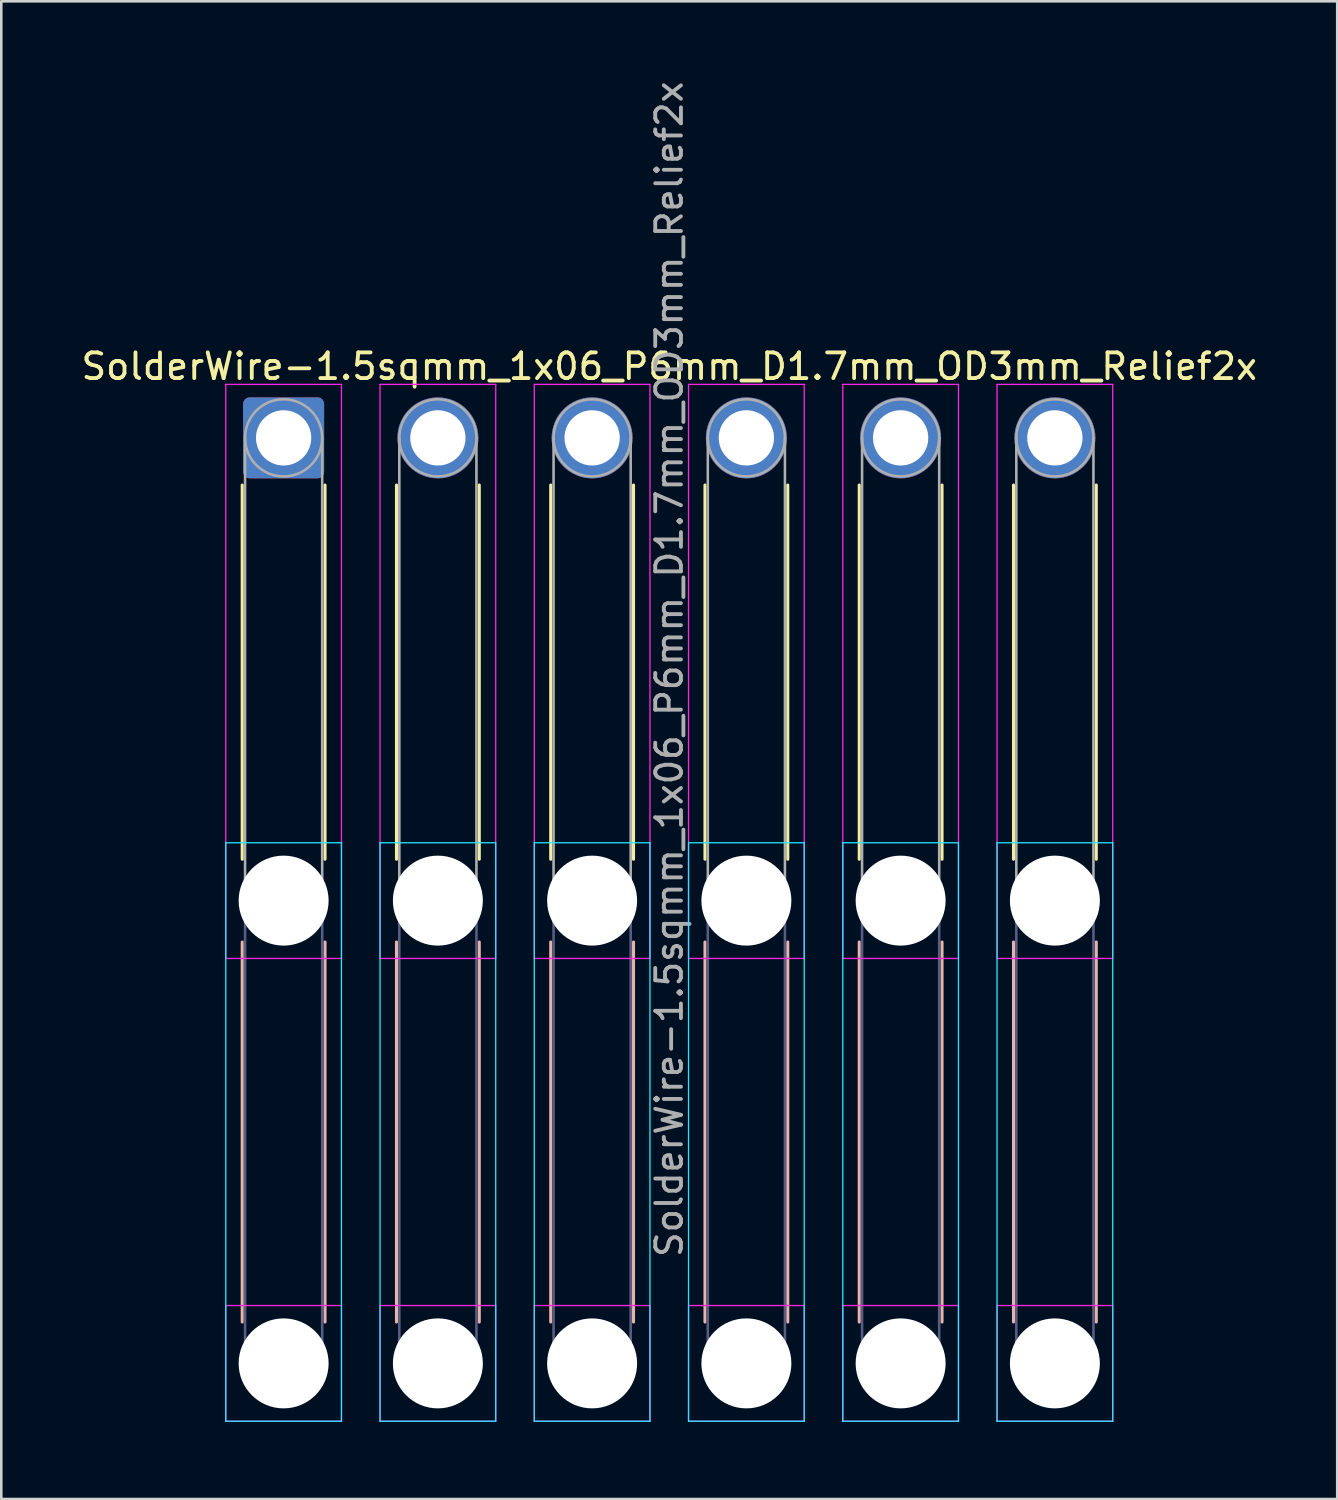
<source format=kicad_pcb>
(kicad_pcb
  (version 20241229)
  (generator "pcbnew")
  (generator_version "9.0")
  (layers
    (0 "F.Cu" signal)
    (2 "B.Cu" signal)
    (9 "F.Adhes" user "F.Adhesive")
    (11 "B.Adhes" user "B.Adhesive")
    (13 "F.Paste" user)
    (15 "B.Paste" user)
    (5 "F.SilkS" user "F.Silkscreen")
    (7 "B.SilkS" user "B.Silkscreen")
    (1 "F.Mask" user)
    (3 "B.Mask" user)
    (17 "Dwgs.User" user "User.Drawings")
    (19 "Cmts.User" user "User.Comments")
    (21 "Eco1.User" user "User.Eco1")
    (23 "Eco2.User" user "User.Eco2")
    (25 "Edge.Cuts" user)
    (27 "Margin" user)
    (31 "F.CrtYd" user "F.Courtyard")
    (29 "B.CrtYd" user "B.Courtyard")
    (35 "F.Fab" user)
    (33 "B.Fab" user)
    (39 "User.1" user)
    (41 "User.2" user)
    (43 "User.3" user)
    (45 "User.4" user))
  (footprint "SolderWire-1.5sqmm_1x06_P6mm_D1.7mm_OD3mm_Relief2x"
    (layer "F.Cu")
    (at 7.982 13.982)
    (property "Reference" "SolderWire-1.5sqmm_1x06_P6mm_D1.7mm_OD3mm_Relief2x" (at 15 -2.78 0) (layer "F.SilkS") (effects (font (size 1 1) (thickness 0.15))))
    (attr exclude_from_pos_files exclude_from_bom)
    (fp_line (start -1.61 1.835) (end -1.61 16.39) (stroke (width 0.12) (type solid)) (layer "F.SilkS"))
    (fp_line (start 1.61 1.835) (end 1.61 16.39) (stroke (width 0.12) (type solid)) (layer "F.SilkS"))
    (fp_line (start 4.39 1.835) (end 4.39 16.39) (stroke (width 0.12) (type solid)) (layer "F.SilkS"))
    (fp_line (start 7.61 1.835) (end 7.61 16.39) (stroke (width 0.12) (type solid)) (layer "F.SilkS"))
    (fp_line (start 10.39 1.835) (end 10.39 16.39) (stroke (width 0.12) (type solid)) (layer "F.SilkS"))
    (fp_line (start 13.61 1.835) (end 13.61 16.39) (stroke (width 0.12) (type solid)) (layer "F.SilkS"))
    (fp_line (start 16.39 1.835) (end 16.39 16.39) (stroke (width 0.12) (type solid)) (layer "F.SilkS"))
    (fp_line (start 19.61 1.835) (end 19.61 16.39) (stroke (width 0.12) (type solid)) (layer "F.SilkS"))
    (fp_line (start 22.39 1.835) (end 22.39 16.39) (stroke (width 0.12) (type solid)) (layer "F.SilkS"))
    (fp_line (start 25.61 1.835) (end 25.61 16.39) (stroke (width 0.12) (type solid)) (layer "F.SilkS"))
    (fp_line (start 28.39 1.835) (end 28.39 16.39) (stroke (width 0.12) (type solid)) (layer "F.SilkS"))
    (fp_line (start 31.61 1.835) (end 31.61 16.39) (stroke (width 0.12) (type solid)) (layer "F.SilkS"))
    (fp_line (start -1.61 19.61) (end -1.61 34.39) (stroke (width 0.12) (type solid)) (layer "B.SilkS"))
    (fp_line (start 1.61 19.61) (end 1.61 34.39) (stroke (width 0.12) (type solid)) (layer "B.SilkS"))
    (fp_line (start 4.39 19.61) (end 4.39 34.39) (stroke (width 0.12) (type solid)) (layer "B.SilkS"))
    (fp_line (start 7.61 19.61) (end 7.61 34.39) (stroke (width 0.12) (type solid)) (layer "B.SilkS"))
    (fp_line (start 10.39 19.61) (end 10.39 34.39) (stroke (width 0.12) (type solid)) (layer "B.SilkS"))
    (fp_line (start 13.61 19.61) (end 13.61 34.39) (stroke (width 0.12) (type solid)) (layer "B.SilkS"))
    (fp_line (start 16.39 19.61) (end 16.39 34.39) (stroke (width 0.12) (type solid)) (layer "B.SilkS"))
    (fp_line (start 19.61 19.61) (end 19.61 34.39) (stroke (width 0.12) (type solid)) (layer "B.SilkS"))
    (fp_line (start 22.39 19.61) (end 22.39 34.39) (stroke (width 0.12) (type solid)) (layer "B.SilkS"))
    (fp_line (start 25.61 19.61) (end 25.61 34.39) (stroke (width 0.12) (type solid)) (layer "B.SilkS"))
    (fp_line (start 28.39 19.61) (end 28.39 34.39) (stroke (width 0.12) (type solid)) (layer "B.SilkS"))
    (fp_line (start 31.61 19.61) (end 31.61 34.39) (stroke (width 0.12) (type solid)) (layer "B.SilkS"))
    (fp_line (start -2.25 15.75) (end -2.25 38.25) (stroke (width 0.05) (type solid)) (layer "B.CrtYd"))
    (fp_line (start -2.25 38.25) (end 2.25 38.25) (stroke (width 0.05) (type solid)) (layer "B.CrtYd"))
    (fp_line (start 2.25 15.75) (end -2.25 15.75) (stroke (width 0.05) (type solid)) (layer "B.CrtYd"))
    (fp_line (start 2.25 38.25) (end 2.25 15.75) (stroke (width 0.05) (type solid)) (layer "B.CrtYd"))
    (fp_line (start 3.75 15.75) (end 3.75 38.25) (stroke (width 0.05) (type solid)) (layer "B.CrtYd"))
    (fp_line (start 3.75 38.25) (end 8.25 38.25) (stroke (width 0.05) (type solid)) (layer "B.CrtYd"))
    (fp_line (start 8.25 15.75) (end 3.75 15.75) (stroke (width 0.05) (type solid)) (layer "B.CrtYd"))
    (fp_line (start 8.25 38.25) (end 8.25 15.75) (stroke (width 0.05) (type solid)) (layer "B.CrtYd"))
    (fp_line (start 9.75 15.75) (end 9.75 38.25) (stroke (width 0.05) (type solid)) (layer "B.CrtYd"))
    (fp_line (start 9.75 38.25) (end 14.25 38.25) (stroke (width 0.05) (type solid)) (layer "B.CrtYd"))
    (fp_line (start 14.25 15.75) (end 9.75 15.75) (stroke (width 0.05) (type solid)) (layer "B.CrtYd"))
    (fp_line (start 14.25 38.25) (end 14.25 15.75) (stroke (width 0.05) (type solid)) (layer "B.CrtYd"))
    (fp_line (start 15.75 15.75) (end 15.75 38.25) (stroke (width 0.05) (type solid)) (layer "B.CrtYd"))
    (fp_line (start 15.75 38.25) (end 20.25 38.25) (stroke (width 0.05) (type solid)) (layer "B.CrtYd"))
    (fp_line (start 20.25 15.75) (end 15.75 15.75) (stroke (width 0.05) (type solid)) (layer "B.CrtYd"))
    (fp_line (start 20.25 38.25) (end 20.25 15.75) (stroke (width 0.05) (type solid)) (layer "B.CrtYd"))
    (fp_line (start 21.75 15.75) (end 21.75 38.25) (stroke (width 0.05) (type solid)) (layer "B.CrtYd"))
    (fp_line (start 21.75 38.25) (end 26.25 38.25) (stroke (width 0.05) (type solid)) (layer "B.CrtYd"))
    (fp_line (start 26.25 15.75) (end 21.75 15.75) (stroke (width 0.05) (type solid)) (layer "B.CrtYd"))
    (fp_line (start 26.25 38.25) (end 26.25 15.75) (stroke (width 0.05) (type solid)) (layer "B.CrtYd"))
    (fp_line (start 27.75 15.75) (end 27.75 38.25) (stroke (width 0.05) (type solid)) (layer "B.CrtYd"))
    (fp_line (start 27.75 38.25) (end 32.25 38.25) (stroke (width 0.05) (type solid)) (layer "B.CrtYd"))
    (fp_line (start 32.25 15.75) (end 27.75 15.75) (stroke (width 0.05) (type solid)) (layer "B.CrtYd"))
    (fp_line (start 32.25 38.25) (end 32.25 15.75) (stroke (width 0.05) (type solid)) (layer "B.CrtYd"))
    (fp_line (start -2.25 -2.08) (end -2.25 20.25) (stroke (width 0.05) (type solid)) (layer "F.CrtYd"))
    (fp_line (start -2.25 20.25) (end 2.25 20.25) (stroke (width 0.05) (type solid)) (layer "F.CrtYd"))
    (fp_line (start -2.25 33.75) (end -2.25 38.25) (stroke (width 0.05) (type solid)) (layer "F.CrtYd"))
    (fp_line (start -2.25 38.25) (end 2.25 38.25) (stroke (width 0.05) (type solid)) (layer "F.CrtYd"))
    (fp_line (start 2.25 -2.08) (end -2.25 -2.08) (stroke (width 0.05) (type solid)) (layer "F.CrtYd"))
    (fp_line (start 2.25 20.25) (end 2.25 -2.08) (stroke (width 0.05) (type solid)) (layer "F.CrtYd"))
    (fp_line (start 2.25 33.75) (end -2.25 33.75) (stroke (width 0.05) (type solid)) (layer "F.CrtYd"))
    (fp_line (start 2.25 38.25) (end 2.25 33.75) (stroke (width 0.05) (type solid)) (layer "F.CrtYd"))
    (fp_line (start 3.75 -2.08) (end 3.75 20.25) (stroke (width 0.05) (type solid)) (layer "F.CrtYd"))
    (fp_line (start 3.75 20.25) (end 8.25 20.25) (stroke (width 0.05) (type solid)) (layer "F.CrtYd"))
    (fp_line (start 3.75 33.75) (end 3.75 38.25) (stroke (width 0.05) (type solid)) (layer "F.CrtYd"))
    (fp_line (start 3.75 38.25) (end 8.25 38.25) (stroke (width 0.05) (type solid)) (layer "F.CrtYd"))
    (fp_line (start 8.25 -2.08) (end 3.75 -2.08) (stroke (width 0.05) (type solid)) (layer "F.CrtYd"))
    (fp_line (start 8.25 20.25) (end 8.25 -2.08) (stroke (width 0.05) (type solid)) (layer "F.CrtYd"))
    (fp_line (start 8.25 33.75) (end 3.75 33.75) (stroke (width 0.05) (type solid)) (layer "F.CrtYd"))
    (fp_line (start 8.25 38.25) (end 8.25 33.75) (stroke (width 0.05) (type solid)) (layer "F.CrtYd"))
    (fp_line (start 9.75 -2.08) (end 9.75 20.25) (stroke (width 0.05) (type solid)) (layer "F.CrtYd"))
    (fp_line (start 9.75 20.25) (end 14.25 20.25) (stroke (width 0.05) (type solid)) (layer "F.CrtYd"))
    (fp_line (start 9.75 33.75) (end 9.75 38.25) (stroke (width 0.05) (type solid)) (layer "F.CrtYd"))
    (fp_line (start 9.75 38.25) (end 14.25 38.25) (stroke (width 0.05) (type solid)) (layer "F.CrtYd"))
    (fp_line (start 14.25 -2.08) (end 9.75 -2.08) (stroke (width 0.05) (type solid)) (layer "F.CrtYd"))
    (fp_line (start 14.25 20.25) (end 14.25 -2.08) (stroke (width 0.05) (type solid)) (layer "F.CrtYd"))
    (fp_line (start 14.25 33.75) (end 9.75 33.75) (stroke (width 0.05) (type solid)) (layer "F.CrtYd"))
    (fp_line (start 14.25 38.25) (end 14.25 33.75) (stroke (width 0.05) (type solid)) (layer "F.CrtYd"))
    (fp_line (start 15.75 -2.08) (end 15.75 20.25) (stroke (width 0.05) (type solid)) (layer "F.CrtYd"))
    (fp_line (start 15.75 20.25) (end 20.25 20.25) (stroke (width 0.05) (type solid)) (layer "F.CrtYd"))
    (fp_line (start 15.75 33.75) (end 15.75 38.25) (stroke (width 0.05) (type solid)) (layer "F.CrtYd"))
    (fp_line (start 15.75 38.25) (end 20.25 38.25) (stroke (width 0.05) (type solid)) (layer "F.CrtYd"))
    (fp_line (start 20.25 -2.08) (end 15.75 -2.08) (stroke (width 0.05) (type solid)) (layer "F.CrtYd"))
    (fp_line (start 20.25 20.25) (end 20.25 -2.08) (stroke (width 0.05) (type solid)) (layer "F.CrtYd"))
    (fp_line (start 20.25 33.75) (end 15.75 33.75) (stroke (width 0.05) (type solid)) (layer "F.CrtYd"))
    (fp_line (start 20.25 38.25) (end 20.25 33.75) (stroke (width 0.05) (type solid)) (layer "F.CrtYd"))
    (fp_line (start 21.75 -2.08) (end 21.75 20.25) (stroke (width 0.05) (type solid)) (layer "F.CrtYd"))
    (fp_line (start 21.75 20.25) (end 26.25 20.25) (stroke (width 0.05) (type solid)) (layer "F.CrtYd"))
    (fp_line (start 21.75 33.75) (end 21.75 38.25) (stroke (width 0.05) (type solid)) (layer "F.CrtYd"))
    (fp_line (start 21.75 38.25) (end 26.25 38.25) (stroke (width 0.05) (type solid)) (layer "F.CrtYd"))
    (fp_line (start 26.25 -2.08) (end 21.75 -2.08) (stroke (width 0.05) (type solid)) (layer "F.CrtYd"))
    (fp_line (start 26.25 20.25) (end 26.25 -2.08) (stroke (width 0.05) (type solid)) (layer "F.CrtYd"))
    (fp_line (start 26.25 33.75) (end 21.75 33.75) (stroke (width 0.05) (type solid)) (layer "F.CrtYd"))
    (fp_line (start 26.25 38.25) (end 26.25 33.75) (stroke (width 0.05) (type solid)) (layer "F.CrtYd"))
    (fp_line (start 27.75 -2.08) (end 27.75 20.25) (stroke (width 0.05) (type solid)) (layer "F.CrtYd"))
    (fp_line (start 27.75 20.25) (end 32.25 20.25) (stroke (width 0.05) (type solid)) (layer "F.CrtYd"))
    (fp_line (start 27.75 33.75) (end 27.75 38.25) (stroke (width 0.05) (type solid)) (layer "F.CrtYd"))
    (fp_line (start 27.75 38.25) (end 32.25 38.25) (stroke (width 0.05) (type solid)) (layer "F.CrtYd"))
    (fp_line (start 32.25 -2.08) (end 27.75 -2.08) (stroke (width 0.05) (type solid)) (layer "F.CrtYd"))
    (fp_line (start 32.25 20.25) (end 32.25 -2.08) (stroke (width 0.05) (type solid)) (layer "F.CrtYd"))
    (fp_line (start 32.25 33.75) (end 27.75 33.75) (stroke (width 0.05) (type solid)) (layer "F.CrtYd"))
    (fp_line (start 32.25 38.25) (end 32.25 33.75) (stroke (width 0.05) (type solid)) (layer "F.CrtYd"))
    (fp_line (start -1.5 18) (end -1.5 36) (stroke (width 0.1) (type solid)) (layer "B.Fab"))
    (fp_line (start 1.5 18) (end 1.5 36) (stroke (width 0.1) (type solid)) (layer "B.Fab"))
    (fp_line (start 4.5 18) (end 4.5 36) (stroke (width 0.1) (type solid)) (layer "B.Fab"))
    (fp_line (start 7.5 18) (end 7.5 36) (stroke (width 0.1) (type solid)) (layer "B.Fab"))
    (fp_line (start 10.5 18) (end 10.5 36) (stroke (width 0.1) (type solid)) (layer "B.Fab"))
    (fp_line (start 13.5 18) (end 13.5 36) (stroke (width 0.1) (type solid)) (layer "B.Fab"))
    (fp_line (start 16.5 18) (end 16.5 36) (stroke (width 0.1) (type solid)) (layer "B.Fab"))
    (fp_line (start 19.5 18) (end 19.5 36) (stroke (width 0.1) (type solid)) (layer "B.Fab"))
    (fp_line (start 22.5 18) (end 22.5 36) (stroke (width 0.1) (type solid)) (layer "B.Fab"))
    (fp_line (start 25.5 18) (end 25.5 36) (stroke (width 0.1) (type solid)) (layer "B.Fab"))
    (fp_line (start 28.5 18) (end 28.5 36) (stroke (width 0.1) (type solid)) (layer "B.Fab"))
    (fp_line (start 31.5 18) (end 31.5 36) (stroke (width 0.1) (type solid)) (layer "B.Fab"))
    (fp_circle (center 0 18) (end 1.5 18) (stroke (width 0.1) (type solid)) (fill no) (layer "B.Fab"))
    (fp_circle (center 0 36) (end 1.5 36) (stroke (width 0.1) (type solid)) (fill no) (layer "B.Fab"))
    (fp_circle (center 6 18) (end 7.5 18) (stroke (width 0.1) (type solid)) (fill no) (layer "B.Fab"))
    (fp_circle (center 6 36) (end 7.5 36) (stroke (width 0.1) (type solid)) (fill no) (layer "B.Fab"))
    (fp_circle (center 12 18) (end 13.5 18) (stroke (width 0.1) (type solid)) (fill no) (layer "B.Fab"))
    (fp_circle (center 12 36) (end 13.5 36) (stroke (width 0.1) (type solid)) (fill no) (layer "B.Fab"))
    (fp_circle (center 18 18) (end 19.5 18) (stroke (width 0.1) (type solid)) (fill no) (layer "B.Fab"))
    (fp_circle (center 18 36) (end 19.5 36) (stroke (width 0.1) (type solid)) (fill no) (layer "B.Fab"))
    (fp_circle (center 24 18) (end 25.5 18) (stroke (width 0.1) (type solid)) (fill no) (layer "B.Fab"))
    (fp_circle (center 24 36) (end 25.5 36) (stroke (width 0.1) (type solid)) (fill no) (layer "B.Fab"))
    (fp_circle (center 30 18) (end 31.5 18) (stroke (width 0.1) (type solid)) (fill no) (layer "B.Fab"))
    (fp_circle (center 30 36) (end 31.5 36) (stroke (width 0.1) (type solid)) (fill no) (layer "B.Fab"))
    (fp_line (start -1.5 0) (end -1.5 18) (stroke (width 0.1) (type solid)) (layer "F.Fab"))
    (fp_line (start 1.5 0) (end 1.5 18) (stroke (width 0.1) (type solid)) (layer "F.Fab"))
    (fp_line (start 4.5 0) (end 4.5 18) (stroke (width 0.1) (type solid)) (layer "F.Fab"))
    (fp_line (start 7.5 0) (end 7.5 18) (stroke (width 0.1) (type solid)) (layer "F.Fab"))
    (fp_line (start 10.5 0) (end 10.5 18) (stroke (width 0.1) (type solid)) (layer "F.Fab"))
    (fp_line (start 13.5 0) (end 13.5 18) (stroke (width 0.1) (type solid)) (layer "F.Fab"))
    (fp_line (start 16.5 0) (end 16.5 18) (stroke (width 0.1) (type solid)) (layer "F.Fab"))
    (fp_line (start 19.5 0) (end 19.5 18) (stroke (width 0.1) (type solid)) (layer "F.Fab"))
    (fp_line (start 22.5 0) (end 22.5 18) (stroke (width 0.1) (type solid)) (layer "F.Fab"))
    (fp_line (start 25.5 0) (end 25.5 18) (stroke (width 0.1) (type solid)) (layer "F.Fab"))
    (fp_line (start 28.5 0) (end 28.5 18) (stroke (width 0.1) (type solid)) (layer "F.Fab"))
    (fp_line (start 31.5 0) (end 31.5 18) (stroke (width 0.1) (type solid)) (layer "F.Fab"))
    (fp_circle (center 0 0) (end 1.5 0) (stroke (width 0.1) (type solid)) (fill no) (layer "F.Fab"))
    (fp_circle (center 0 18) (end 1.5 18) (stroke (width 0.1) (type solid)) (fill no) (layer "F.Fab"))
    (fp_circle (center 0 36) (end 1.5 36) (stroke (width 0.1) (type solid)) (fill no) (layer "F.Fab"))
    (fp_circle (center 6 0) (end 7.5 0) (stroke (width 0.1) (type solid)) (fill no) (layer "F.Fab"))
    (fp_circle (center 6 18) (end 7.5 18) (stroke (width 0.1) (type solid)) (fill no) (layer "F.Fab"))
    (fp_circle (center 6 36) (end 7.5 36) (stroke (width 0.1) (type solid)) (fill no) (layer "F.Fab"))
    (fp_circle (center 12 0) (end 13.5 0) (stroke (width 0.1) (type solid)) (fill no) (layer "F.Fab"))
    (fp_circle (center 12 18) (end 13.5 18) (stroke (width 0.1) (type solid)) (fill no) (layer "F.Fab"))
    (fp_circle (center 12 36) (end 13.5 36) (stroke (width 0.1) (type solid)) (fill no) (layer "F.Fab"))
    (fp_circle (center 18 0) (end 19.5 0) (stroke (width 0.1) (type solid)) (fill no) (layer "F.Fab"))
    (fp_circle (center 18 18) (end 19.5 18) (stroke (width 0.1) (type solid)) (fill no) (layer "F.Fab"))
    (fp_circle (center 18 36) (end 19.5 36) (stroke (width 0.1) (type solid)) (fill no) (layer "F.Fab"))
    (fp_circle (center 24 0) (end 25.5 0) (stroke (width 0.1) (type solid)) (fill no) (layer "F.Fab"))
    (fp_circle (center 24 18) (end 25.5 18) (stroke (width 0.1) (type solid)) (fill no) (layer "F.Fab"))
    (fp_circle (center 24 36) (end 25.5 36) (stroke (width 0.1) (type solid)) (fill no) (layer "F.Fab"))
    (fp_circle (center 30 0) (end 31.5 0) (stroke (width 0.1) (type solid)) (fill no) (layer "F.Fab"))
    (fp_circle (center 30 18) (end 31.5 18) (stroke (width 0.1) (type solid)) (fill no) (layer "F.Fab"))
    (fp_circle (center 30 36) (end 31.5 36) (stroke (width 0.1) (type solid)) (fill no) (layer "F.Fab"))
    (fp_text user "${REFERENCE}" (at 15 9 90) (layer "F.Fab") (effects (font (size 1 1) (thickness 0.15))))
    (pad "" np_thru_hole circle (at 0 18) (size 3.5 3.5) (drill 3.5) (layers "*.Cu" "*.Mask"))
    (pad "" np_thru_hole circle (at 0 36) (size 3.5 3.5) (drill 3.5) (layers "*.Cu" "*.Mask"))
    (pad "" np_thru_hole circle (at 6 18) (size 3.5 3.5) (drill 3.5) (layers "*.Cu" "*.Mask"))
    (pad "" np_thru_hole circle (at 6 36) (size 3.5 3.5) (drill 3.5) (layers "*.Cu" "*.Mask"))
    (pad "" np_thru_hole circle (at 12 18) (size 3.5 3.5) (drill 3.5) (layers "*.Cu" "*.Mask"))
    (pad "" np_thru_hole circle (at 12 36) (size 3.5 3.5) (drill 3.5) (layers "*.Cu" "*.Mask"))
    (pad "" np_thru_hole circle (at 18 18) (size 3.5 3.5) (drill 3.5) (layers "*.Cu" "*.Mask"))
    (pad "" np_thru_hole circle (at 18 36) (size 3.5 3.5) (drill 3.5) (layers "*.Cu" "*.Mask"))
    (pad "" np_thru_hole circle (at 24 18) (size 3.5 3.5) (drill 3.5) (layers "*.Cu" "*.Mask"))
    (pad "" np_thru_hole circle (at 24 36) (size 3.5 3.5) (drill 3.5) (layers "*.Cu" "*.Mask"))
    (pad "" np_thru_hole circle (at 30 18) (size 3.5 3.5) (drill 3.5) (layers "*.Cu" "*.Mask"))
    (pad "" np_thru_hole circle (at 30 36) (size 3.5 3.5) (drill 3.5) (layers "*.Cu" "*.Mask"))
    (pad "1" thru_hole roundrect (at 0 0) (size 3.15 3.15) (drill 2.15) (layers "*.Cu" "*.Mask") (roundrect_rratio 0.079))
    (pad "2" thru_hole circle (at 6 0) (size 3.15 3.15) (drill 2.15) (layers "*.Cu" "*.Mask"))
    (pad "3" thru_hole circle (at 12 0) (size 3.15 3.15) (drill 2.15) (layers "*.Cu" "*.Mask"))
    (pad "4" thru_hole circle (at 18 0) (size 3.15 3.15) (drill 2.15) (layers "*.Cu" "*.Mask"))
    (pad "5" thru_hole circle (at 24 0) (size 3.15 3.15) (drill 2.15) (layers "*.Cu" "*.Mask"))
    (pad "6" thru_hole circle (at 30 0) (size 3.15 3.15) (drill 2.15) (layers "*.Cu" "*.Mask")))
  (gr_rect
    (start -3 -3)
    (end 48.964 55.257)
    (stroke (width 0.1) (type default))
    (fill no)
    (layer "Edge.Cuts")))
</source>
